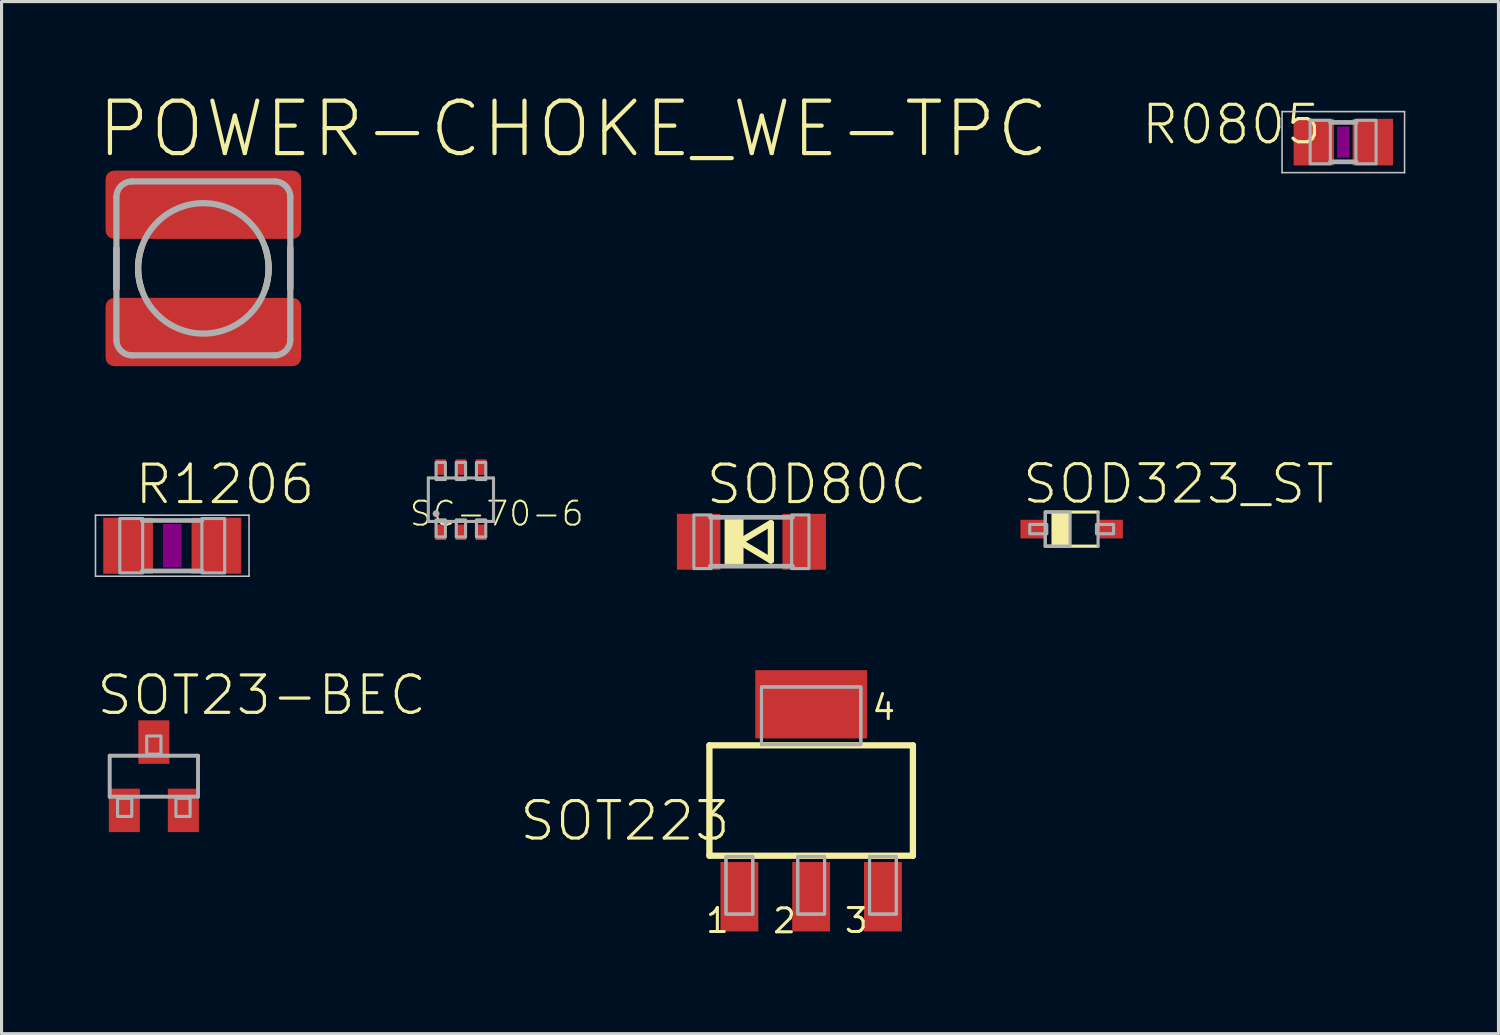
<source format=kicad_pcb>
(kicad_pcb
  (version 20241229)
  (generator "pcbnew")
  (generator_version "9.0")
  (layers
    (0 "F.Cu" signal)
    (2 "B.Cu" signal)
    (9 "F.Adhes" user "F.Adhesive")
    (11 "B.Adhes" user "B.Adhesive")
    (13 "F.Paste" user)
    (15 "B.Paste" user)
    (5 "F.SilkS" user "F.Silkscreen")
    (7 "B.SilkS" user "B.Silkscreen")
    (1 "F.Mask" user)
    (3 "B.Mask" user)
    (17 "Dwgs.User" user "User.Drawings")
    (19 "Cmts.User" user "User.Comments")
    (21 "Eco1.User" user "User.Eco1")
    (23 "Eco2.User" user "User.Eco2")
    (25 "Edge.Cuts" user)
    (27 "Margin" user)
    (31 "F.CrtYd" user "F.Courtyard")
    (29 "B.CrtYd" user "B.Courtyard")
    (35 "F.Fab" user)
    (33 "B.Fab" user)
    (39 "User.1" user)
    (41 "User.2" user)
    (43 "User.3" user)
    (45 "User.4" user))
  (footprint "SOD323_ST"
    (layer "F.Cu")
    (at 31.465 13.991)
    (property "Reference" "SOD323_ST" (at -1.65 -0.75 0) (layer "F.SilkS") (effects (font (size 1.206 1.206) (thickness 0.097)) (justify left bottom)))
    (attr through_hole)
    (fp_line (start -0.85 -0.55) (end 0.85 -0.55) (stroke (width 0.102) (type solid)) (layer "F.SilkS"))
    (fp_line (start 0.85 0.55) (end -0.85 0.55) (stroke (width 0.102) (type solid)) (layer "F.SilkS"))
    (fp_poly (pts (xy -0.65 0.55) (xy -0.05 0.55) (xy -0.05 -0.55) (xy -0.65 -0.55)) (stroke (width 0) (type solid)) (fill yes) (layer "F.SilkS"))
    (fp_line (start -0.85 0.55) (end -0.85 -0.55) (stroke (width 0.102) (type solid)) (layer "F.Fab"))
    (fp_line (start 0.85 -0.55) (end 0.85 0.55) (stroke (width 0.102) (type solid)) (layer "F.Fab"))
    (fp_poly (pts (xy -1.35 0.15) (xy -0.8 0.15) (xy -0.8 -0.15) (xy -1.35 -0.15)) (stroke (width 0.1) (type solid)) (fill no) (layer "F.Fab"))
    (fp_poly (pts (xy -0.85 0.55) (xy -0.05 0.55) (xy -0.05 -0.55) (xy -0.85 -0.55)) (stroke (width 0.1) (type solid)) (fill no) (layer "F.Fab"))
    (fp_poly (pts (xy 0.8 0.15) (xy 1.35 0.15) (xy 1.35 -0.15) (xy 0.8 -0.15)) (stroke (width 0.1) (type solid)) (fill no) (layer "F.Fab"))
    (pad "A" smd rect (at 1.25 0) (size 0.8 0.6) (layers "F.Cu" "F.Mask" "F.Paste"))
    (pad "C" smd rect (at -1.25 0) (size 0.8 0.6) (layers "F.Cu" "F.Mask" "F.Paste")))
  (footprint "R0805"
    (layer "F.Cu")
    (at 40.214 1.527)
    (property "Reference" "R0805" (at -0.635 -1.27 0) (layer "F.SilkS") (effects (font (size 1.206 1.206) (thickness 0.102)) (justify right top)))
    (attr through_hole)
    (fp_poly (pts (xy -0.2 0.5) (xy 0.2 0.5) (xy 0.2 -0.5) (xy -0.2 -0.5)) (stroke (width 0) (type solid)) (fill yes) (layer "F.Adhes"))
    (fp_line (start -1.973 -0.983) (end 1.973 -0.983) (stroke (width 0.051) (type solid)) (layer "Dwgs.User"))
    (fp_line (start -1.973 0.983) (end -1.973 -0.983) (stroke (width 0.051) (type solid)) (layer "Dwgs.User"))
    (fp_line (start 1.973 -0.983) (end 1.973 0.983) (stroke (width 0.051) (type solid)) (layer "Dwgs.User"))
    (fp_line (start 1.973 0.983) (end -1.973 0.983) (stroke (width 0.051) (type solid)) (layer "Dwgs.User"))
    (fp_line (start -0.41 -0.635) (end 0.41 -0.635) (stroke (width 0.152) (type solid)) (layer "F.Fab"))
    (fp_line (start -0.41 0.635) (end 0.41 0.635) (stroke (width 0.152) (type solid)) (layer "F.Fab"))
    (fp_poly (pts (xy -1.067 0.699) (xy -0.417 0.699) (xy -0.417 -0.702) (xy -1.067 -0.702)) (stroke (width 0.1) (type solid)) (fill no) (layer "F.Fab"))
    (fp_poly (pts (xy 0.406 0.699) (xy 1.056 0.699) (xy 1.056 -0.702) (xy 0.406 -0.702)) (stroke (width 0.1) (type solid)) (fill no) (layer "F.Fab"))
    (pad "1" smd rect (at -0.95 0) (size 1.3 1.5) (layers "F.Cu" "F.Mask" "F.Paste"))
    (pad "2" smd rect (at 0.95 0) (size 1.3 1.5) (layers "F.Cu" "F.Mask" "F.Paste")))
  (footprint "R1206"
    (layer "F.Cu")
    (at 2.498 14.526)
    (property "Reference" "R1206" (at -1.27 -1.27 0) (layer "F.SilkS") (effects (font (size 1.206 1.206) (thickness 0.102)) (justify left bottom)))
    (attr through_hole)
    (fp_poly (pts (xy -0.3 0.7) (xy 0.3 0.7) (xy 0.3 -0.7) (xy -0.3 -0.7)) (stroke (width 0) (type solid)) (fill yes) (layer "F.Adhes"))
    (fp_line (start -2.473 -0.983) (end 2.473 -0.983) (stroke (width 0.051) (type solid)) (layer "Dwgs.User"))
    (fp_line (start -2.473 0.983) (end -2.473 -0.983) (stroke (width 0.051) (type solid)) (layer "Dwgs.User"))
    (fp_line (start 2.473 -0.983) (end 2.473 0.983) (stroke (width 0.051) (type solid)) (layer "Dwgs.User"))
    (fp_line (start 2.473 0.983) (end -2.473 0.983) (stroke (width 0.051) (type solid)) (layer "Dwgs.User"))
    (fp_line (start 0.953 -0.813) (end -0.965 -0.813) (stroke (width 0.152) (type solid)) (layer "F.Fab"))
    (fp_line (start 0.953 0.813) (end -0.965 0.813) (stroke (width 0.152) (type solid)) (layer "F.Fab"))
    (fp_poly (pts (xy -1.689 0.876) (xy -0.953 0.876) (xy -0.953 -0.876) (xy -1.689 -0.876)) (stroke (width 0.1) (type solid)) (fill no) (layer "F.Fab"))
    (fp_poly (pts (xy 0.953 0.876) (xy 1.689 0.876) (xy 1.689 -0.876) (xy 0.953 -0.876)) (stroke (width 0.1) (type solid)) (fill no) (layer "F.Fab"))
    (pad "1" smd rect (at -1.422 0) (size 1.6 1.803) (layers "F.Cu" "F.Mask" "F.Paste"))
    (pad "2" smd rect (at 1.422 0) (size 1.6 1.803) (layers "F.Cu" "F.Mask" "F.Paste")))
  (footprint "SOT23-BEC"
    (layer "F.Cu")
    (at 1.905 21.95)
    (property "Reference" "SOT23-BEC" (at -1.905 -1.905 0) (layer "F.SilkS") (effects (font (size 1.206 1.206) (thickness 0.102)) (justify left bottom)))
    (attr through_hole)
    (fp_line (start -1.422 -0.66) (end 1.422 -0.66) (stroke (width 0.127) (type solid)) (layer "F.Fab"))
    (fp_line (start -1.422 0.66) (end -1.422 -0.66) (stroke (width 0.127) (type solid)) (layer "F.Fab"))
    (fp_line (start 1.422 -0.66) (end 1.422 0.66) (stroke (width 0.127) (type solid)) (layer "F.Fab"))
    (fp_line (start 1.422 0.66) (end -1.422 0.66) (stroke (width 0.127) (type solid)) (layer "F.Fab"))
    (fp_poly (pts (xy -1.168 1.295) (xy -0.711 1.295) (xy -0.711 0.711) (xy -1.168 0.711)) (stroke (width 0.1) (type solid)) (fill no) (layer "F.Fab"))
    (fp_poly (pts (xy -0.229 -0.711) (xy 0.229 -0.711) (xy 0.229 -1.295) (xy -0.229 -1.295)) (stroke (width 0.1) (type solid)) (fill no) (layer "F.Fab"))
    (fp_poly (pts (xy 0.711 1.295) (xy 1.168 1.295) (xy 1.168 0.711) (xy 0.711 0.711)) (stroke (width 0.1) (type solid)) (fill no) (layer "F.Fab"))
    (pad "B" smd rect (at -0.95 1.1) (size 1 1.4) (layers "F.Cu" "F.Mask" "F.Paste"))
    (pad "C" smd rect (at 0 -1.1) (size 1 1.4) (layers "F.Cu" "F.Mask" "F.Paste"))
    (pad "E" smd rect (at 0.95 1.1) (size 1 1.4) (layers "F.Cu" "F.Mask" "F.Paste")))
  (footprint "POWER-CHOKE_WE-TPC"
    (layer "F.Cu")
    (at 3.5 5.594)
    (property "Reference" "POWER-CHOKE_WE-TPC" (at -3.5 -3.5 0) (layer "F.SilkS") (effects (font (size 1.689 1.689) (thickness 0.135)) (justify left bottom)))
    (attr through_hole)
    (fp_line (start -2.8 -0.65) (end -2.8 0.65) (stroke (width 0.2) (type solid)) (layer "F.SilkS"))
    (fp_line (start 2.8 0.65) (end 2.8 -0.65) (stroke (width 0.2) (type solid)) (layer "F.SilkS"))
    (fp_arc (start -2 0.65) (mid -2.102974 0) (end -2 -0.65) (stroke (width 0.2) (type solid)) (layer "F.SilkS"))
    (fp_arc (start 2 -0.65) (mid 2.102974 0) (end 2 0.65) (stroke (width 0.2) (type solid)) (layer "F.SilkS"))
    (fp_line (start -2.8 2.3) (end -2.8 -2.3) (stroke (width 0.2) (type solid)) (layer "F.Fab"))
    (fp_line (start -2.3 -2.8) (end 2.3 -2.8) (stroke (width 0.2) (type solid)) (layer "F.Fab"))
    (fp_line (start 2.3 2.8) (end -2.3 2.8) (stroke (width 0.2) (type solid)) (layer "F.Fab"))
    (fp_line (start 2.8 -2.3) (end 2.8 2.3) (stroke (width 0.2) (type solid)) (layer "F.Fab"))
    (fp_arc (start -2.8 -2.3) (mid -2.653553 -2.653553) (end -2.3 -2.8) (stroke (width 0.2) (type solid)) (layer "F.Fab"))
    (fp_arc (start -2.3 2.8) (mid -2.653553 2.653553) (end -2.8 2.3) (stroke (width 0.2) (type solid)) (layer "F.Fab"))
    (fp_arc (start 2.3 -2.8) (mid 2.653553 -2.653553) (end 2.8 -2.3) (stroke (width 0.2) (type solid)) (layer "F.Fab"))
    (fp_arc (start 2.8 2.3) (mid 2.653553 2.653553) (end 2.3 2.8) (stroke (width 0.2) (type solid)) (layer "F.Fab"))
    (fp_circle (center 0 0) (end 2.1 0) (stroke (width 0.2) (type solid)) (fill no) (layer "F.Fab"))
    (pad "1" smd roundrect (at 0 -2.05) (size 6.3 2.2) (layers "F.Cu" "F.Mask" "F.Paste") (roundrect_rratio 0.125))
    (pad "2" smd roundrect (at 0 2.05 180) (size 6.3 2.2) (layers "F.Cu" "F.Mask" "F.Paste") (roundrect_rratio 0.125)))
  (footprint "SC-70-6"
    (layer "F.Cu")
    (at 11.795 13.044)
    (property "Reference" "SC-70-6" (at -1.7 0.9 0) (layer "F.SilkS") (effects (font (size 0.772 0.772) (thickness 0.062)) (justify left bottom)))
    (attr through_hole)
    (fp_line (start -1.05 -0.7) (end 1.05 -0.7) (stroke (width 0.1) (type solid)) (layer "F.Fab"))
    (fp_line (start -1.05 0.7) (end -1.05 -0.7) (stroke (width 0.1) (type solid)) (layer "F.Fab"))
    (fp_line (start 1.05 -0.7) (end 1.05 0.7) (stroke (width 0.1) (type solid)) (layer "F.Fab"))
    (fp_line (start 1.05 0.7) (end -1.05 0.7) (stroke (width 0.1) (type solid)) (layer "F.Fab"))
    (fp_circle (center -0.8 0.45) (end -0.688 0.45) (stroke (width 0) (type solid)) (fill yes) (layer "F.Fab"))
    (fp_poly (pts (xy -0.8 -0.65) (xy -0.5 -0.65) (xy -0.5 -1.2) (xy -0.8 -1.2)) (stroke (width 0.1) (type solid)) (fill no) (layer "F.Fab"))
    (fp_poly (pts (xy -0.8 1.2) (xy -0.5 1.2) (xy -0.5 0.65) (xy -0.8 0.65)) (stroke (width 0.1) (type solid)) (fill no) (layer "F.Fab"))
    (fp_poly (pts (xy -0.15 -0.65) (xy 0.15 -0.65) (xy 0.15 -1.2) (xy -0.15 -1.2)) (stroke (width 0.1) (type solid)) (fill no) (layer "F.Fab"))
    (fp_poly (pts (xy -0.15 1.2) (xy 0.15 1.2) (xy 0.15 0.65) (xy -0.15 0.65)) (stroke (width 0.1) (type solid)) (fill no) (layer "F.Fab"))
    (fp_poly (pts (xy 0.5 -0.65) (xy 0.8 -0.65) (xy 0.8 -1.2) (xy 0.5 -1.2)) (stroke (width 0.1) (type solid)) (fill no) (layer "F.Fab"))
    (fp_poly (pts (xy 0.5 1.2) (xy 0.8 1.2) (xy 0.8 0.65) (xy 0.5 0.65)) (stroke (width 0.1) (type solid)) (fill no) (layer "F.Fab"))
    (pad "1" smd rect (at -0.65 1.05) (size 0.35 0.5) (layers "F.Cu" "F.Mask" "F.Paste"))
    (pad "2" smd rect (at 0 1.05) (size 0.35 0.5) (layers "F.Cu" "F.Mask" "F.Paste"))
    (pad "3" smd rect (at 0.65 1.05) (size 0.35 0.5) (layers "F.Cu" "F.Mask" "F.Paste"))
    (pad "4" smd rect (at 0.65 -1.05) (size 0.35 0.5) (layers "F.Cu" "F.Mask" "F.Paste"))
    (pad "5" smd rect (at 0 -1.05) (size 0.35 0.5) (layers "F.Cu" "F.Mask" "F.Paste"))
    (pad "6" smd rect (at -0.65 -1.05) (size 0.35 0.5) (layers "F.Cu" "F.Mask" "F.Paste")))
  (footprint "SOT223"
    (layer "F.Cu")
    (at 23.075 22.733)
    (property "Reference" "SOT223" (at -2.54 -0.051 0) (layer "F.SilkS") (effects (font (size 1.206 1.206) (thickness 0.102)) (justify right top)))
    (attr through_hole)
    (fp_line (start -3.277 -1.778) (end 3.277 -1.778) (stroke (width 0.203) (type solid)) (layer "F.SilkS"))
    (fp_line (start -3.277 1.778) (end -3.277 -1.778) (stroke (width 0.203) (type solid)) (layer "F.SilkS"))
    (fp_line (start 3.277 -1.778) (end 3.277 1.778) (stroke (width 0.203) (type solid)) (layer "F.SilkS"))
    (fp_line (start 3.277 1.778) (end -3.277 1.778) (stroke (width 0.203) (type solid)) (layer "F.SilkS"))
    (fp_poly (pts (xy -2.743 3.658) (xy -1.88 3.658) (xy -1.88 1.803) (xy -2.743 1.803)) (stroke (width 0.1) (type solid)) (fill no) (layer "F.Fab"))
    (fp_poly (pts (xy -2.743 3.658) (xy -1.88 3.658) (xy -1.88 1.803) (xy -2.743 1.803)) (stroke (width 0.1) (type solid)) (fill no) (layer "F.Fab"))
    (fp_poly (pts (xy -1.6 -1.803) (xy 1.6 -1.803) (xy 1.6 -3.658) (xy -1.6 -3.658)) (stroke (width 0.1) (type solid)) (fill no) (layer "F.Fab"))
    (fp_poly (pts (xy -1.6 -1.803) (xy 1.6 -1.803) (xy 1.6 -3.658) (xy -1.6 -3.658)) (stroke (width 0.1) (type solid)) (fill no) (layer "F.Fab"))
    (fp_poly (pts (xy -0.432 3.658) (xy 0.432 3.658) (xy 0.432 1.803) (xy -0.432 1.803)) (stroke (width 0.1) (type solid)) (fill no) (layer "F.Fab"))
    (fp_poly (pts (xy -0.432 3.658) (xy 0.432 3.658) (xy 0.432 1.803) (xy -0.432 1.803)) (stroke (width 0.1) (type solid)) (fill no) (layer "F.Fab"))
    (fp_poly (pts (xy 1.88 3.658) (xy 2.743 3.658) (xy 2.743 1.803) (xy 1.88 1.803)) (stroke (width 0.1) (type solid)) (fill no) (layer "F.Fab"))
    (fp_poly (pts (xy 1.88 3.658) (xy 2.743 3.658) (xy 2.743 1.803) (xy 1.88 1.803)) (stroke (width 0.1) (type solid)) (fill no) (layer "F.Fab"))
    (fp_text user "4" (at 1.905 -2.54 0) (layer "F.SilkS") (effects (font (size 0.772 0.772) (thickness 0.098)) (justify left bottom)))
    (fp_text user "3" (at 1.021 4.318 0) (layer "F.SilkS") (effects (font (size 0.772 0.772) (thickness 0.098)) (justify left bottom)))
    (fp_text user "1" (at -3.453 4.318 0) (layer "F.SilkS") (effects (font (size 0.772 0.772) (thickness 0.098)) (justify left bottom)))
    (fp_text user "2" (at -1.291 4.327 0) (layer "F.SilkS") (effects (font (size 0.772 0.772) (thickness 0.098)) (justify left bottom)))
    (pad "1" smd rect (at -2.311 3.099) (size 1.219 2.235) (layers "F.Cu" "F.Mask" "F.Paste"))
    (pad "2" smd rect (at 0 3.099) (size 1.219 2.235) (layers "F.Cu" "F.Mask" "F.Paste"))
    (pad "3" smd rect (at 2.311 3.099) (size 1.219 2.235) (layers "F.Cu" "F.Mask" "F.Paste"))
    (pad "4" smd rect (at 0 -3.099) (size 3.6 2.2) (layers "F.Cu" "F.Mask" "F.Paste")))
  (footprint "SOD80C"
    (layer "F.Cu")
    (at 21.151 14.399)
    (property "Reference" "SOD80C" (at -1.524 -1.143 0) (layer "F.SilkS") (effects (font (size 1.206 1.206) (thickness 0.102)) (justify left bottom)))
    (attr through_hole)
    (fp_line (start -0.373 0) (end 0.627 0.6) (stroke (width 0.203) (type solid)) (layer "F.SilkS"))
    (fp_line (start 0.627 -0.6) (end -0.373 0) (stroke (width 0.203) (type solid)) (layer "F.SilkS"))
    (fp_line (start 0.627 0.6) (end 0.627 -0.6) (stroke (width 0.203) (type solid)) (layer "F.SilkS"))
    (fp_poly (pts (xy -0.864 0.787) (xy -0.254 0.787) (xy -0.254 -0.787) (xy -0.864 -0.787)) (stroke (width 0) (type solid)) (fill yes) (layer "F.SilkS"))
    (fp_line (start 1.321 -0.787) (end -1.321 -0.787) (stroke (width 0.152) (type solid)) (layer "F.Fab"))
    (fp_line (start 1.321 0.787) (end -1.321 0.787) (stroke (width 0.152) (type solid)) (layer "F.Fab"))
    (fp_poly (pts (xy -1.854 0.864) (xy -1.295 0.864) (xy -1.295 -0.864) (xy -1.854 -0.864)) (stroke (width 0.1) (type solid)) (fill no) (layer "F.Fab"))
    (fp_poly (pts (xy 1.295 0.864) (xy 1.854 0.864) (xy 1.854 -0.864) (xy 1.295 -0.864)) (stroke (width 0.1) (type solid)) (fill no) (layer "F.Fab"))
    (pad "A" smd rect (at 1.7 0) (size 1.4 1.8) (layers "F.Cu" "F.Mask" "F.Paste"))
    (pad "C" smd rect (at -1.7 0) (size 1.4 1.8) (layers "F.Cu" "F.Mask" "F.Paste")))
  (gr_rect
    (start -3 -3)
    (end 45.212 30.242)
    (stroke (width 0.1) (type default))
    (fill no)
    (layer "Edge.Cuts")))
</source>
